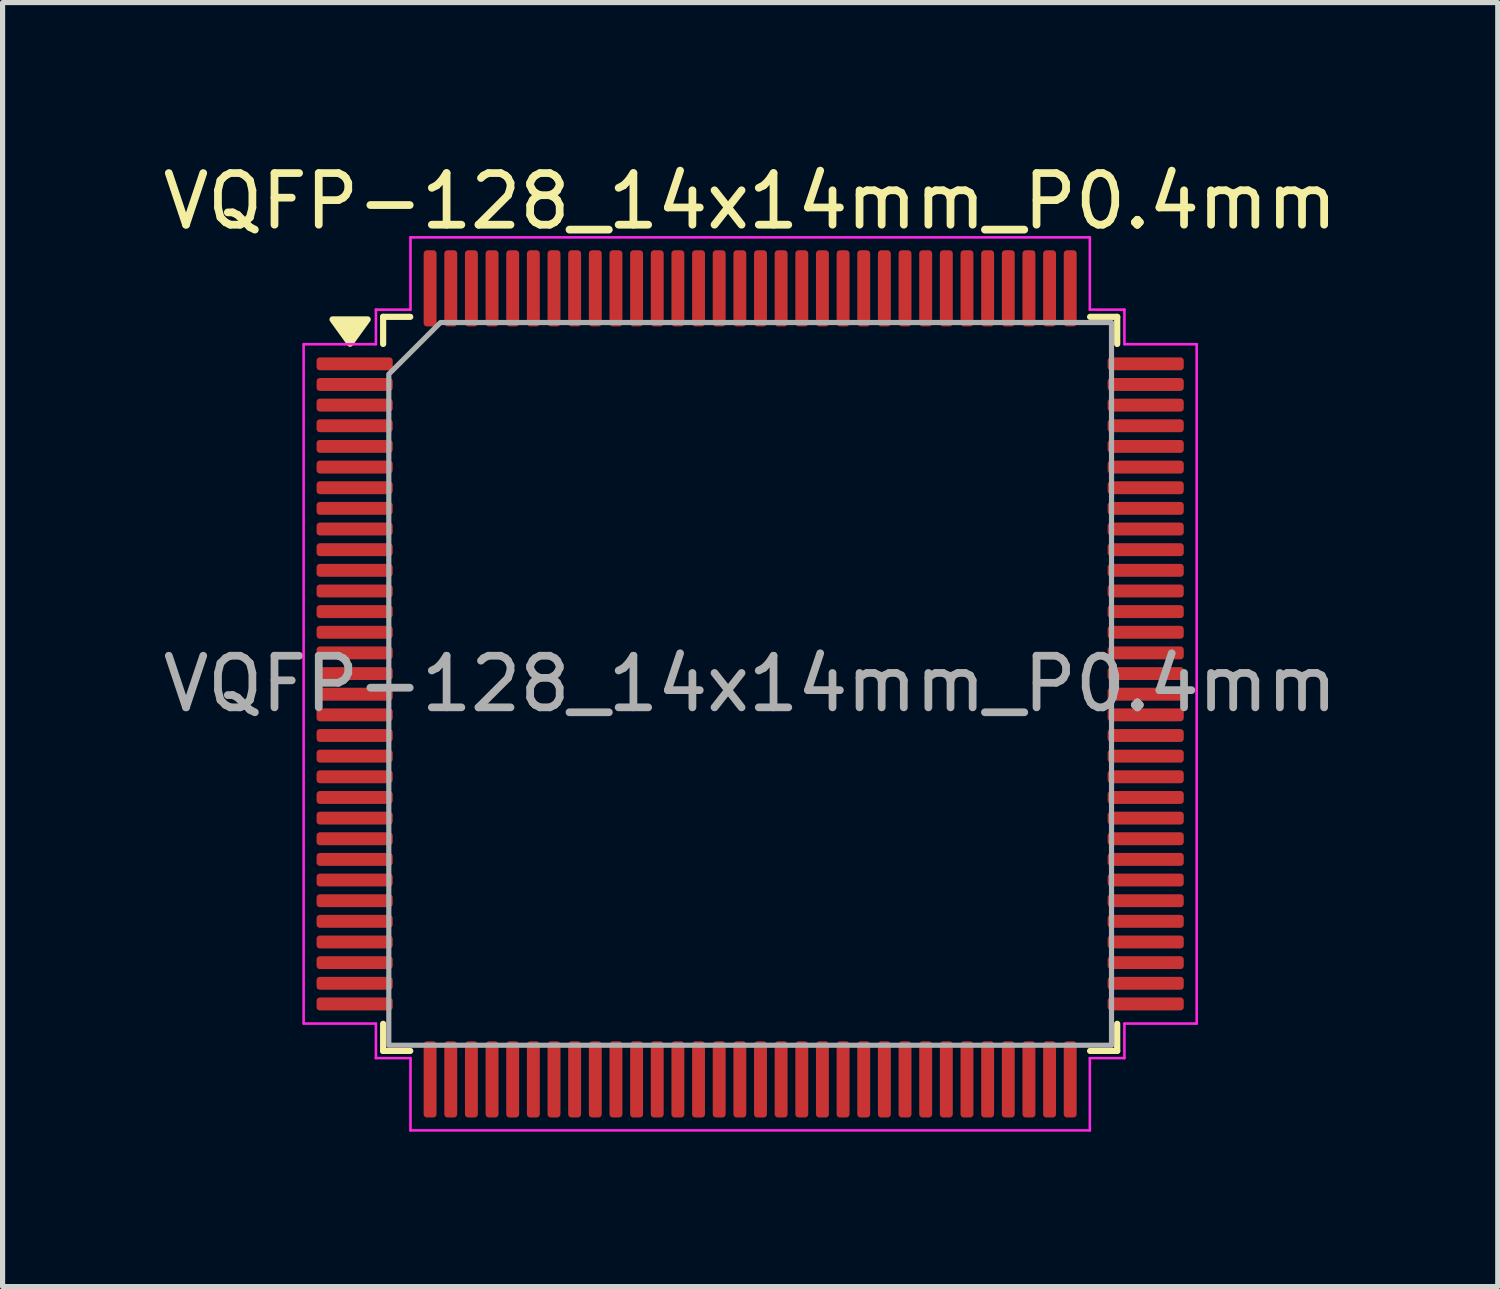
<source format=kicad_pcb>
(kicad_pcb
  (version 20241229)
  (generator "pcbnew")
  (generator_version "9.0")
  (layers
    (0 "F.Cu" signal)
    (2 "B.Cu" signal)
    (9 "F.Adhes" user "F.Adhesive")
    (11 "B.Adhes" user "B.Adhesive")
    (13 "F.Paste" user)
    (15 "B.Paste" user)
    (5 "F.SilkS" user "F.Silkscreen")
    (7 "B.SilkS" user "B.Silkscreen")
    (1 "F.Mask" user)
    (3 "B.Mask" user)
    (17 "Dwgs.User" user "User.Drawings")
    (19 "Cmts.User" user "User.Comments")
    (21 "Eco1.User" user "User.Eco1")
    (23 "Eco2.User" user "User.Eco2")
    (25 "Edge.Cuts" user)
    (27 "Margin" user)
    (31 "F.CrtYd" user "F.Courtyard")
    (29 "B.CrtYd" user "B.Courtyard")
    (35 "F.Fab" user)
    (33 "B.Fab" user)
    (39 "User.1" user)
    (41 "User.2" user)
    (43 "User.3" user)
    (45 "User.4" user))
  (footprint "VQFP-128_14x14mm_P0.4mm"
    (layer "F.Cu")
    (at 11.482 10.198)
    (property "Reference" "VQFP-128_14x14mm_P0.4mm" (at 0 -9.35 0) (layer "F.SilkS") (effects (font (size 1 1) (thickness 0.15))))
    (attr smd)
    (fp_line (start -7.11 -7.11) (end -6.585 -7.11) (stroke (width 0.12) (type solid)) (layer "F.SilkS"))
    (fp_line (start -7.11 -6.585) (end -7.11 -7.11) (stroke (width 0.12) (type solid)) (layer "F.SilkS"))
    (fp_line (start -7.11 7.11) (end -7.11 6.585) (stroke (width 0.12) (type solid)) (layer "F.SilkS"))
    (fp_line (start -6.585 7.11) (end -7.11 7.11) (stroke (width 0.12) (type solid)) (layer "F.SilkS"))
    (fp_line (start 6.585 -7.11) (end 7.11 -7.11) (stroke (width 0.12) (type solid)) (layer "F.SilkS"))
    (fp_line (start 7.11 -7.11) (end 7.11 -6.585) (stroke (width 0.12) (type solid)) (layer "F.SilkS"))
    (fp_line (start 7.11 6.585) (end 7.11 7.11) (stroke (width 0.12) (type solid)) (layer "F.SilkS"))
    (fp_line (start 7.11 7.11) (end 6.585 7.11) (stroke (width 0.12) (type solid)) (layer "F.SilkS"))
    (fp_poly (pts (xy -7.75 -6.59) (xy -8.09 -7.06) (xy -7.41 -7.06)) (stroke (width 0.12) (type solid)) (fill yes) (layer "F.SilkS"))
    (fp_line (start -8.65 -6.58) (end -7.25 -6.58) (stroke (width 0.05) (type solid)) (layer "F.CrtYd"))
    (fp_line (start -8.65 6.58) (end -8.65 -6.58) (stroke (width 0.05) (type solid)) (layer "F.CrtYd"))
    (fp_line (start -7.25 -7.25) (end -6.58 -7.25) (stroke (width 0.05) (type solid)) (layer "F.CrtYd"))
    (fp_line (start -7.25 -6.58) (end -7.25 -7.25) (stroke (width 0.05) (type solid)) (layer "F.CrtYd"))
    (fp_line (start -7.25 6.58) (end -8.65 6.58) (stroke (width 0.05) (type solid)) (layer "F.CrtYd"))
    (fp_line (start -7.25 7.25) (end -7.25 6.58) (stroke (width 0.05) (type solid)) (layer "F.CrtYd"))
    (fp_line (start -6.58 -8.65) (end 6.58 -8.65) (stroke (width 0.05) (type solid)) (layer "F.CrtYd"))
    (fp_line (start -6.58 -7.25) (end -6.58 -8.65) (stroke (width 0.05) (type solid)) (layer "F.CrtYd"))
    (fp_line (start -6.58 7.25) (end -7.25 7.25) (stroke (width 0.05) (type solid)) (layer "F.CrtYd"))
    (fp_line (start -6.58 8.65) (end -6.58 7.25) (stroke (width 0.05) (type solid)) (layer "F.CrtYd"))
    (fp_line (start 6.58 -8.65) (end 6.58 -7.25) (stroke (width 0.05) (type solid)) (layer "F.CrtYd"))
    (fp_line (start 6.58 -7.25) (end 7.25 -7.25) (stroke (width 0.05) (type solid)) (layer "F.CrtYd"))
    (fp_line (start 6.58 7.25) (end 6.58 8.65) (stroke (width 0.05) (type solid)) (layer "F.CrtYd"))
    (fp_line (start 6.58 8.65) (end -6.58 8.65) (stroke (width 0.05) (type solid)) (layer "F.CrtYd"))
    (fp_line (start 7.25 -7.25) (end 7.25 -6.58) (stroke (width 0.05) (type solid)) (layer "F.CrtYd"))
    (fp_line (start 7.25 -6.58) (end 8.65 -6.58) (stroke (width 0.05) (type solid)) (layer "F.CrtYd"))
    (fp_line (start 7.25 6.58) (end 7.25 7.25) (stroke (width 0.05) (type solid)) (layer "F.CrtYd"))
    (fp_line (start 7.25 7.25) (end 6.58 7.25) (stroke (width 0.05) (type solid)) (layer "F.CrtYd"))
    (fp_line (start 8.65 -6.58) (end 8.65 6.58) (stroke (width 0.05) (type solid)) (layer "F.CrtYd"))
    (fp_line (start 8.65 6.58) (end 7.25 6.58) (stroke (width 0.05) (type solid)) (layer "F.CrtYd"))
    (fp_poly (pts (xy -7 -6) (xy -7 7) (xy 7 7) (xy 7 -7) (xy -6 -7)) (stroke (width 0.1) (type solid)) (fill no) (layer "F.Fab"))
    (fp_text user "${REFERENCE}" (at 0 0 0) (layer "F.Fab") (effects (font (size 1 1) (thickness 0.15))))
    (pad "1" smd roundrect (at -7.662 -6.2) (size 1.475 0.25) (layers "F.Cu" "F.Mask" "F.Paste") (roundrect_rratio 0.25))
    (pad "2" smd roundrect (at -7.662 -5.8) (size 1.475 0.25) (layers "F.Cu" "F.Mask" "F.Paste") (roundrect_rratio 0.25))
    (pad "3" smd roundrect (at -7.662 -5.4) (size 1.475 0.25) (layers "F.Cu" "F.Mask" "F.Paste") (roundrect_rratio 0.25))
    (pad "4" smd roundrect (at -7.662 -5) (size 1.475 0.25) (layers "F.Cu" "F.Mask" "F.Paste") (roundrect_rratio 0.25))
    (pad "5" smd roundrect (at -7.662 -4.6) (size 1.475 0.25) (layers "F.Cu" "F.Mask" "F.Paste") (roundrect_rratio 0.25))
    (pad "6" smd roundrect (at -7.662 -4.2) (size 1.475 0.25) (layers "F.Cu" "F.Mask" "F.Paste") (roundrect_rratio 0.25))
    (pad "7" smd roundrect (at -7.662 -3.8) (size 1.475 0.25) (layers "F.Cu" "F.Mask" "F.Paste") (roundrect_rratio 0.25))
    (pad "8" smd roundrect (at -7.662 -3.4) (size 1.475 0.25) (layers "F.Cu" "F.Mask" "F.Paste") (roundrect_rratio 0.25))
    (pad "9" smd roundrect (at -7.662 -3) (size 1.475 0.25) (layers "F.Cu" "F.Mask" "F.Paste") (roundrect_rratio 0.25))
    (pad "10" smd roundrect (at -7.662 -2.6) (size 1.475 0.25) (layers "F.Cu" "F.Mask" "F.Paste") (roundrect_rratio 0.25))
    (pad "11" smd roundrect (at -7.662 -2.2) (size 1.475 0.25) (layers "F.Cu" "F.Mask" "F.Paste") (roundrect_rratio 0.25))
    (pad "12" smd roundrect (at -7.662 -1.8) (size 1.475 0.25) (layers "F.Cu" "F.Mask" "F.Paste") (roundrect_rratio 0.25))
    (pad "13" smd roundrect (at -7.662 -1.4) (size 1.475 0.25) (layers "F.Cu" "F.Mask" "F.Paste") (roundrect_rratio 0.25))
    (pad "14" smd roundrect (at -7.662 -1) (size 1.475 0.25) (layers "F.Cu" "F.Mask" "F.Paste") (roundrect_rratio 0.25))
    (pad "15" smd roundrect (at -7.662 -0.6) (size 1.475 0.25) (layers "F.Cu" "F.Mask" "F.Paste") (roundrect_rratio 0.25))
    (pad "16" smd roundrect (at -7.662 -0.2) (size 1.475 0.25) (layers "F.Cu" "F.Mask" "F.Paste") (roundrect_rratio 0.25))
    (pad "17" smd roundrect (at -7.662 0.2) (size 1.475 0.25) (layers "F.Cu" "F.Mask" "F.Paste") (roundrect_rratio 0.25))
    (pad "18" smd roundrect (at -7.662 0.6) (size 1.475 0.25) (layers "F.Cu" "F.Mask" "F.Paste") (roundrect_rratio 0.25))
    (pad "19" smd roundrect (at -7.662 1) (size 1.475 0.25) (layers "F.Cu" "F.Mask" "F.Paste") (roundrect_rratio 0.25))
    (pad "20" smd roundrect (at -7.662 1.4) (size 1.475 0.25) (layers "F.Cu" "F.Mask" "F.Paste") (roundrect_rratio 0.25))
    (pad "21" smd roundrect (at -7.662 1.8) (size 1.475 0.25) (layers "F.Cu" "F.Mask" "F.Paste") (roundrect_rratio 0.25))
    (pad "22" smd roundrect (at -7.662 2.2) (size 1.475 0.25) (layers "F.Cu" "F.Mask" "F.Paste") (roundrect_rratio 0.25))
    (pad "23" smd roundrect (at -7.662 2.6) (size 1.475 0.25) (layers "F.Cu" "F.Mask" "F.Paste") (roundrect_rratio 0.25))
    (pad "24" smd roundrect (at -7.662 3) (size 1.475 0.25) (layers "F.Cu" "F.Mask" "F.Paste") (roundrect_rratio 0.25))
    (pad "25" smd roundrect (at -7.662 3.4) (size 1.475 0.25) (layers "F.Cu" "F.Mask" "F.Paste") (roundrect_rratio 0.25))
    (pad "26" smd roundrect (at -7.662 3.8) (size 1.475 0.25) (layers "F.Cu" "F.Mask" "F.Paste") (roundrect_rratio 0.25))
    (pad "27" smd roundrect (at -7.662 4.2) (size 1.475 0.25) (layers "F.Cu" "F.Mask" "F.Paste") (roundrect_rratio 0.25))
    (pad "28" smd roundrect (at -7.662 4.6) (size 1.475 0.25) (layers "F.Cu" "F.Mask" "F.Paste") (roundrect_rratio 0.25))
    (pad "29" smd roundrect (at -7.662 5) (size 1.475 0.25) (layers "F.Cu" "F.Mask" "F.Paste") (roundrect_rratio 0.25))
    (pad "30" smd roundrect (at -7.662 5.4) (size 1.475 0.25) (layers "F.Cu" "F.Mask" "F.Paste") (roundrect_rratio 0.25))
    (pad "31" smd roundrect (at -7.662 5.8) (size 1.475 0.25) (layers "F.Cu" "F.Mask" "F.Paste") (roundrect_rratio 0.25))
    (pad "32" smd roundrect (at -7.662 6.2) (size 1.475 0.25) (layers "F.Cu" "F.Mask" "F.Paste") (roundrect_rratio 0.25))
    (pad "33" smd roundrect (at -6.2 7.662) (size 0.25 1.475) (layers "F.Cu" "F.Mask" "F.Paste") (roundrect_rratio 0.25))
    (pad "34" smd roundrect (at -5.8 7.662) (size 0.25 1.475) (layers "F.Cu" "F.Mask" "F.Paste") (roundrect_rratio 0.25))
    (pad "35" smd roundrect (at -5.4 7.662) (size 0.25 1.475) (layers "F.Cu" "F.Mask" "F.Paste") (roundrect_rratio 0.25))
    (pad "36" smd roundrect (at -5 7.662) (size 0.25 1.475) (layers "F.Cu" "F.Mask" "F.Paste") (roundrect_rratio 0.25))
    (pad "37" smd roundrect (at -4.6 7.662) (size 0.25 1.475) (layers "F.Cu" "F.Mask" "F.Paste") (roundrect_rratio 0.25))
    (pad "38" smd roundrect (at -4.2 7.662) (size 0.25 1.475) (layers "F.Cu" "F.Mask" "F.Paste") (roundrect_rratio 0.25))
    (pad "39" smd roundrect (at -3.8 7.662) (size 0.25 1.475) (layers "F.Cu" "F.Mask" "F.Paste") (roundrect_rratio 0.25))
    (pad "40" smd roundrect (at -3.4 7.662) (size 0.25 1.475) (layers "F.Cu" "F.Mask" "F.Paste") (roundrect_rratio 0.25))
    (pad "41" smd roundrect (at -3 7.662) (size 0.25 1.475) (layers "F.Cu" "F.Mask" "F.Paste") (roundrect_rratio 0.25))
    (pad "42" smd roundrect (at -2.6 7.662) (size 0.25 1.475) (layers "F.Cu" "F.Mask" "F.Paste") (roundrect_rratio 0.25))
    (pad "43" smd roundrect (at -2.2 7.662) (size 0.25 1.475) (layers "F.Cu" "F.Mask" "F.Paste") (roundrect_rratio 0.25))
    (pad "44" smd roundrect (at -1.8 7.662) (size 0.25 1.475) (layers "F.Cu" "F.Mask" "F.Paste") (roundrect_rratio 0.25))
    (pad "45" smd roundrect (at -1.4 7.662) (size 0.25 1.475) (layers "F.Cu" "F.Mask" "F.Paste") (roundrect_rratio 0.25))
    (pad "46" smd roundrect (at -1 7.662) (size 0.25 1.475) (layers "F.Cu" "F.Mask" "F.Paste") (roundrect_rratio 0.25))
    (pad "47" smd roundrect (at -0.6 7.662) (size 0.25 1.475) (layers "F.Cu" "F.Mask" "F.Paste") (roundrect_rratio 0.25))
    (pad "48" smd roundrect (at -0.2 7.662) (size 0.25 1.475) (layers "F.Cu" "F.Mask" "F.Paste") (roundrect_rratio 0.25))
    (pad "49" smd roundrect (at 0.2 7.662) (size 0.25 1.475) (layers "F.Cu" "F.Mask" "F.Paste") (roundrect_rratio 0.25))
    (pad "50" smd roundrect (at 0.6 7.662) (size 0.25 1.475) (layers "F.Cu" "F.Mask" "F.Paste") (roundrect_rratio 0.25))
    (pad "51" smd roundrect (at 1 7.662) (size 0.25 1.475) (layers "F.Cu" "F.Mask" "F.Paste") (roundrect_rratio 0.25))
    (pad "52" smd roundrect (at 1.4 7.662) (size 0.25 1.475) (layers "F.Cu" "F.Mask" "F.Paste") (roundrect_rratio 0.25))
    (pad "53" smd roundrect (at 1.8 7.662) (size 0.25 1.475) (layers "F.Cu" "F.Mask" "F.Paste") (roundrect_rratio 0.25))
    (pad "54" smd roundrect (at 2.2 7.662) (size 0.25 1.475) (layers "F.Cu" "F.Mask" "F.Paste") (roundrect_rratio 0.25))
    (pad "55" smd roundrect (at 2.6 7.662) (size 0.25 1.475) (layers "F.Cu" "F.Mask" "F.Paste") (roundrect_rratio 0.25))
    (pad "56" smd roundrect (at 3 7.662) (size 0.25 1.475) (layers "F.Cu" "F.Mask" "F.Paste") (roundrect_rratio 0.25))
    (pad "57" smd roundrect (at 3.4 7.662) (size 0.25 1.475) (layers "F.Cu" "F.Mask" "F.Paste") (roundrect_rratio 0.25))
    (pad "58" smd roundrect (at 3.8 7.662) (size 0.25 1.475) (layers "F.Cu" "F.Mask" "F.Paste") (roundrect_rratio 0.25))
    (pad "59" smd roundrect (at 4.2 7.662) (size 0.25 1.475) (layers "F.Cu" "F.Mask" "F.Paste") (roundrect_rratio 0.25))
    (pad "60" smd roundrect (at 4.6 7.662) (size 0.25 1.475) (layers "F.Cu" "F.Mask" "F.Paste") (roundrect_rratio 0.25))
    (pad "61" smd roundrect (at 5 7.662) (size 0.25 1.475) (layers "F.Cu" "F.Mask" "F.Paste") (roundrect_rratio 0.25))
    (pad "62" smd roundrect (at 5.4 7.662) (size 0.25 1.475) (layers "F.Cu" "F.Mask" "F.Paste") (roundrect_rratio 0.25))
    (pad "63" smd roundrect (at 5.8 7.662) (size 0.25 1.475) (layers "F.Cu" "F.Mask" "F.Paste") (roundrect_rratio 0.25))
    (pad "64" smd roundrect (at 6.2 7.662) (size 0.25 1.475) (layers "F.Cu" "F.Mask" "F.Paste") (roundrect_rratio 0.25))
    (pad "65" smd roundrect (at 7.662 6.2) (size 1.475 0.25) (layers "F.Cu" "F.Mask" "F.Paste") (roundrect_rratio 0.25))
    (pad "66" smd roundrect (at 7.662 5.8) (size 1.475 0.25) (layers "F.Cu" "F.Mask" "F.Paste") (roundrect_rratio 0.25))
    (pad "67" smd roundrect (at 7.662 5.4) (size 1.475 0.25) (layers "F.Cu" "F.Mask" "F.Paste") (roundrect_rratio 0.25))
    (pad "68" smd roundrect (at 7.662 5) (size 1.475 0.25) (layers "F.Cu" "F.Mask" "F.Paste") (roundrect_rratio 0.25))
    (pad "69" smd roundrect (at 7.662 4.6) (size 1.475 0.25) (layers "F.Cu" "F.Mask" "F.Paste") (roundrect_rratio 0.25))
    (pad "70" smd roundrect (at 7.662 4.2) (size 1.475 0.25) (layers "F.Cu" "F.Mask" "F.Paste") (roundrect_rratio 0.25))
    (pad "71" smd roundrect (at 7.662 3.8) (size 1.475 0.25) (layers "F.Cu" "F.Mask" "F.Paste") (roundrect_rratio 0.25))
    (pad "72" smd roundrect (at 7.662 3.4) (size 1.475 0.25) (layers "F.Cu" "F.Mask" "F.Paste") (roundrect_rratio 0.25))
    (pad "73" smd roundrect (at 7.662 3) (size 1.475 0.25) (layers "F.Cu" "F.Mask" "F.Paste") (roundrect_rratio 0.25))
    (pad "74" smd roundrect (at 7.662 2.6) (size 1.475 0.25) (layers "F.Cu" "F.Mask" "F.Paste") (roundrect_rratio 0.25))
    (pad "75" smd roundrect (at 7.662 2.2) (size 1.475 0.25) (layers "F.Cu" "F.Mask" "F.Paste") (roundrect_rratio 0.25))
    (pad "76" smd roundrect (at 7.662 1.8) (size 1.475 0.25) (layers "F.Cu" "F.Mask" "F.Paste") (roundrect_rratio 0.25))
    (pad "77" smd roundrect (at 7.662 1.4) (size 1.475 0.25) (layers "F.Cu" "F.Mask" "F.Paste") (roundrect_rratio 0.25))
    (pad "78" smd roundrect (at 7.662 1) (size 1.475 0.25) (layers "F.Cu" "F.Mask" "F.Paste") (roundrect_rratio 0.25))
    (pad "79" smd roundrect (at 7.662 0.6) (size 1.475 0.25) (layers "F.Cu" "F.Mask" "F.Paste") (roundrect_rratio 0.25))
    (pad "80" smd roundrect (at 7.662 0.2) (size 1.475 0.25) (layers "F.Cu" "F.Mask" "F.Paste") (roundrect_rratio 0.25))
    (pad "81" smd roundrect (at 7.662 -0.2) (size 1.475 0.25) (layers "F.Cu" "F.Mask" "F.Paste") (roundrect_rratio 0.25))
    (pad "82" smd roundrect (at 7.662 -0.6) (size 1.475 0.25) (layers "F.Cu" "F.Mask" "F.Paste") (roundrect_rratio 0.25))
    (pad "83" smd roundrect (at 7.662 -1) (size 1.475 0.25) (layers "F.Cu" "F.Mask" "F.Paste") (roundrect_rratio 0.25))
    (pad "84" smd roundrect (at 7.662 -1.4) (size 1.475 0.25) (layers "F.Cu" "F.Mask" "F.Paste") (roundrect_rratio 0.25))
    (pad "85" smd roundrect (at 7.662 -1.8) (size 1.475 0.25) (layers "F.Cu" "F.Mask" "F.Paste") (roundrect_rratio 0.25))
    (pad "86" smd roundrect (at 7.662 -2.2) (size 1.475 0.25) (layers "F.Cu" "F.Mask" "F.Paste") (roundrect_rratio 0.25))
    (pad "87" smd roundrect (at 7.662 -2.6) (size 1.475 0.25) (layers "F.Cu" "F.Mask" "F.Paste") (roundrect_rratio 0.25))
    (pad "88" smd roundrect (at 7.662 -3) (size 1.475 0.25) (layers "F.Cu" "F.Mask" "F.Paste") (roundrect_rratio 0.25))
    (pad "89" smd roundrect (at 7.662 -3.4) (size 1.475 0.25) (layers "F.Cu" "F.Mask" "F.Paste") (roundrect_rratio 0.25))
    (pad "90" smd roundrect (at 7.662 -3.8) (size 1.475 0.25) (layers "F.Cu" "F.Mask" "F.Paste") (roundrect_rratio 0.25))
    (pad "91" smd roundrect (at 7.662 -4.2) (size 1.475 0.25) (layers "F.Cu" "F.Mask" "F.Paste") (roundrect_rratio 0.25))
    (pad "92" smd roundrect (at 7.662 -4.6) (size 1.475 0.25) (layers "F.Cu" "F.Mask" "F.Paste") (roundrect_rratio 0.25))
    (pad "93" smd roundrect (at 7.662 -5) (size 1.475 0.25) (layers "F.Cu" "F.Mask" "F.Paste") (roundrect_rratio 0.25))
    (pad "94" smd roundrect (at 7.662 -5.4) (size 1.475 0.25) (layers "F.Cu" "F.Mask" "F.Paste") (roundrect_rratio 0.25))
    (pad "95" smd roundrect (at 7.662 -5.8) (size 1.475 0.25) (layers "F.Cu" "F.Mask" "F.Paste") (roundrect_rratio 0.25))
    (pad "96" smd roundrect (at 7.662 -6.2) (size 1.475 0.25) (layers "F.Cu" "F.Mask" "F.Paste") (roundrect_rratio 0.25))
    (pad "97" smd roundrect (at 6.2 -7.662) (size 0.25 1.475) (layers "F.Cu" "F.Mask" "F.Paste") (roundrect_rratio 0.25))
    (pad "98" smd roundrect (at 5.8 -7.662) (size 0.25 1.475) (layers "F.Cu" "F.Mask" "F.Paste") (roundrect_rratio 0.25))
    (pad "99" smd roundrect (at 5.4 -7.662) (size 0.25 1.475) (layers "F.Cu" "F.Mask" "F.Paste") (roundrect_rratio 0.25))
    (pad "100" smd roundrect (at 5 -7.662) (size 0.25 1.475) (layers "F.Cu" "F.Mask" "F.Paste") (roundrect_rratio 0.25))
    (pad "101" smd roundrect (at 4.6 -7.662) (size 0.25 1.475) (layers "F.Cu" "F.Mask" "F.Paste") (roundrect_rratio 0.25))
    (pad "102" smd roundrect (at 4.2 -7.662) (size 0.25 1.475) (layers "F.Cu" "F.Mask" "F.Paste") (roundrect_rratio 0.25))
    (pad "103" smd roundrect (at 3.8 -7.662) (size 0.25 1.475) (layers "F.Cu" "F.Mask" "F.Paste") (roundrect_rratio 0.25))
    (pad "104" smd roundrect (at 3.4 -7.662) (size 0.25 1.475) (layers "F.Cu" "F.Mask" "F.Paste") (roundrect_rratio 0.25))
    (pad "105" smd roundrect (at 3 -7.662) (size 0.25 1.475) (layers "F.Cu" "F.Mask" "F.Paste") (roundrect_rratio 0.25))
    (pad "106" smd roundrect (at 2.6 -7.662) (size 0.25 1.475) (layers "F.Cu" "F.Mask" "F.Paste") (roundrect_rratio 0.25))
    (pad "107" smd roundrect (at 2.2 -7.662) (size 0.25 1.475) (layers "F.Cu" "F.Mask" "F.Paste") (roundrect_rratio 0.25))
    (pad "108" smd roundrect (at 1.8 -7.662) (size 0.25 1.475) (layers "F.Cu" "F.Mask" "F.Paste") (roundrect_rratio 0.25))
    (pad "109" smd roundrect (at 1.4 -7.662) (size 0.25 1.475) (layers "F.Cu" "F.Mask" "F.Paste") (roundrect_rratio 0.25))
    (pad "110" smd roundrect (at 1 -7.662) (size 0.25 1.475) (layers "F.Cu" "F.Mask" "F.Paste") (roundrect_rratio 0.25))
    (pad "111" smd roundrect (at 0.6 -7.662) (size 0.25 1.475) (layers "F.Cu" "F.Mask" "F.Paste") (roundrect_rratio 0.25))
    (pad "112" smd roundrect (at 0.2 -7.662) (size 0.25 1.475) (layers "F.Cu" "F.Mask" "F.Paste") (roundrect_rratio 0.25))
    (pad "113" smd roundrect (at -0.2 -7.662) (size 0.25 1.475) (layers "F.Cu" "F.Mask" "F.Paste") (roundrect_rratio 0.25))
    (pad "114" smd roundrect (at -0.6 -7.662) (size 0.25 1.475) (layers "F.Cu" "F.Mask" "F.Paste") (roundrect_rratio 0.25))
    (pad "115" smd roundrect (at -1 -7.662) (size 0.25 1.475) (layers "F.Cu" "F.Mask" "F.Paste") (roundrect_rratio 0.25))
    (pad "116" smd roundrect (at -1.4 -7.662) (size 0.25 1.475) (layers "F.Cu" "F.Mask" "F.Paste") (roundrect_rratio 0.25))
    (pad "117" smd roundrect (at -1.8 -7.662) (size 0.25 1.475) (layers "F.Cu" "F.Mask" "F.Paste") (roundrect_rratio 0.25))
    (pad "118" smd roundrect (at -2.2 -7.662) (size 0.25 1.475) (layers "F.Cu" "F.Mask" "F.Paste") (roundrect_rratio 0.25))
    (pad "119" smd roundrect (at -2.6 -7.662) (size 0.25 1.475) (layers "F.Cu" "F.Mask" "F.Paste") (roundrect_rratio 0.25))
    (pad "120" smd roundrect (at -3 -7.662) (size 0.25 1.475) (layers "F.Cu" "F.Mask" "F.Paste") (roundrect_rratio 0.25))
    (pad "121" smd roundrect (at -3.4 -7.662) (size 0.25 1.475) (layers "F.Cu" "F.Mask" "F.Paste") (roundrect_rratio 0.25))
    (pad "122" smd roundrect (at -3.8 -7.662) (size 0.25 1.475) (layers "F.Cu" "F.Mask" "F.Paste") (roundrect_rratio 0.25))
    (pad "123" smd roundrect (at -4.2 -7.662) (size 0.25 1.475) (layers "F.Cu" "F.Mask" "F.Paste") (roundrect_rratio 0.25))
    (pad "124" smd roundrect (at -4.6 -7.662) (size 0.25 1.475) (layers "F.Cu" "F.Mask" "F.Paste") (roundrect_rratio 0.25))
    (pad "125" smd roundrect (at -5 -7.662) (size 0.25 1.475) (layers "F.Cu" "F.Mask" "F.Paste") (roundrect_rratio 0.25))
    (pad "126" smd roundrect (at -5.4 -7.662) (size 0.25 1.475) (layers "F.Cu" "F.Mask" "F.Paste") (roundrect_rratio 0.25))
    (pad "127" smd roundrect (at -5.8 -7.662) (size 0.25 1.475) (layers "F.Cu" "F.Mask" "F.Paste") (roundrect_rratio 0.25))
    (pad "128" smd roundrect (at -6.2 -7.662) (size 0.25 1.475) (layers "F.Cu" "F.Mask" "F.Paste") (roundrect_rratio 0.25)))
  (gr_rect
    (start -3 -3)
    (end 25.964 21.873)
    (stroke (width 0.1) (type default))
    (fill no)
    (layer "Edge.Cuts")))
</source>
